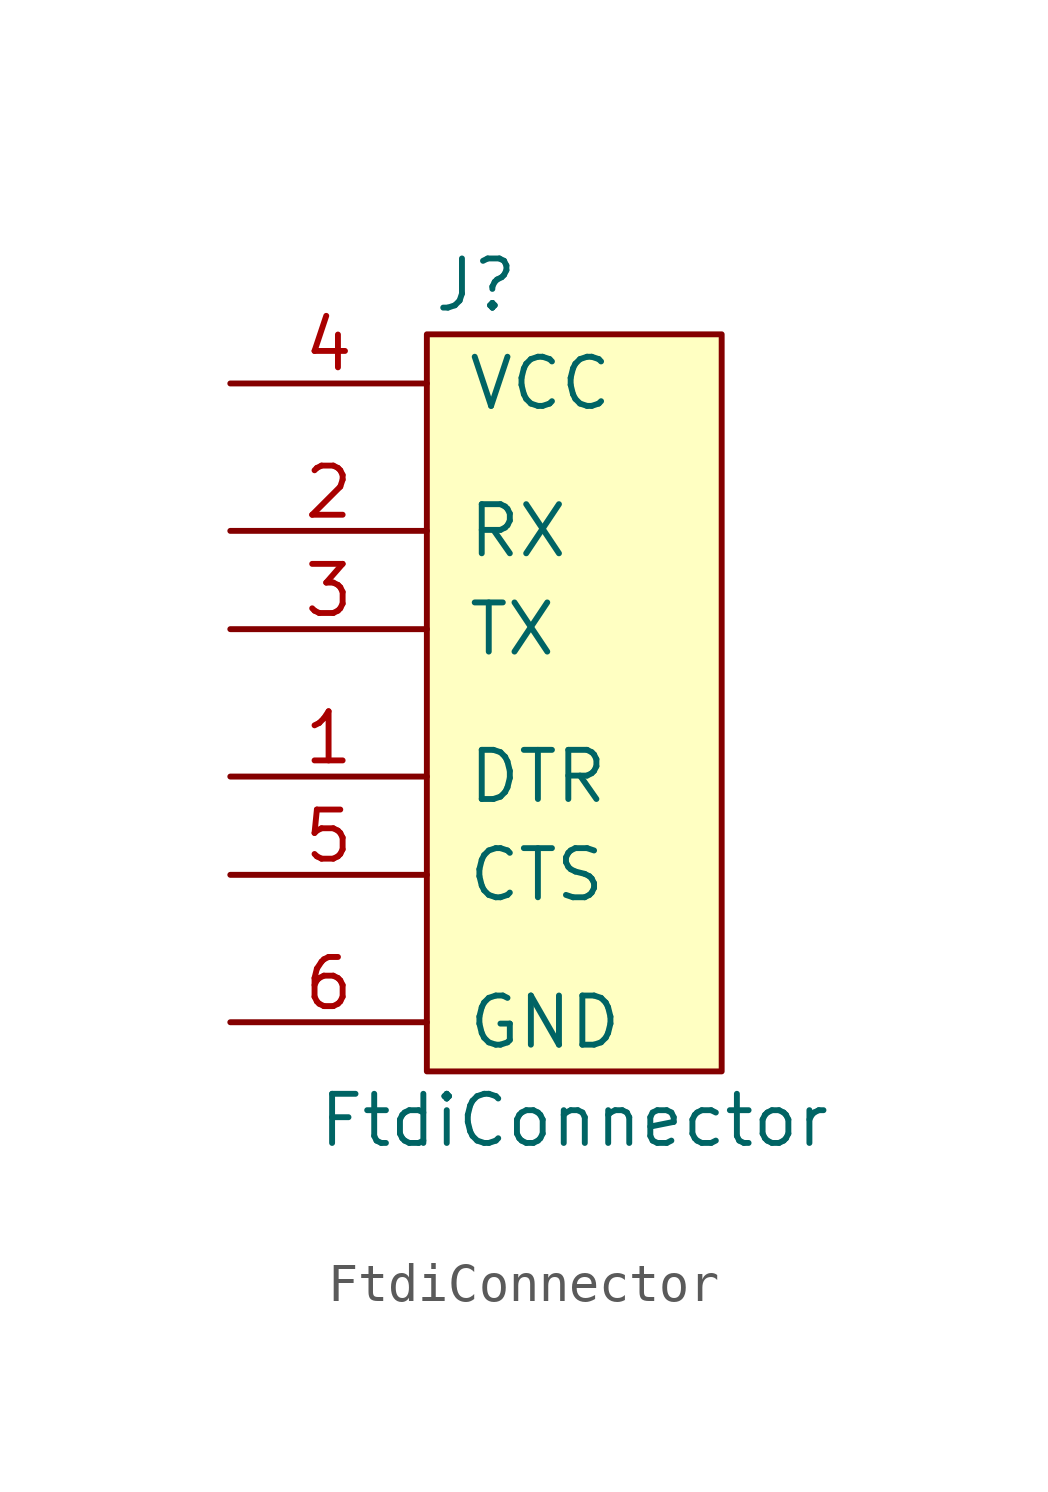
<source format=kicad_sym>
(kicad_symbol_lib
  (version 20220914)
  (generator kicad_symbol_editor)
  (symbol "FtdiConnector"
    (pin_names
      (offset 1.016))
    (property "Reference" "J"
      (at 6.35 11.43 0)
      (effects (font (size 1.27 1.27))))
    (property "Value" "FtdiConnector"
      (at 8.89 -10.16 0)
      (effects (font (size 1.27 1.27))))
    (symbol "FtdiConnector_0_1"
      (rectangle (start 5.08 10.16) (end 12.7 -8.89) (stroke (width 0) (type solid)) (fill (type background))))
    (symbol "FtdiConnector_1_1"
      (pin passive line (at 0 -1.27 0) (length 5.08) (name "DTR" (effects (font (size 1.27 1.27)))) (number "1" (effects (font (size 1.27 1.27)))))
      (pin bidirectional line (at 0 5.08 0) (length 5.08) (name "RX" (effects (font (size 1.27 1.27)))) (number "2" (effects (font (size 1.27 1.27)))))
      (pin bidirectional line (at 0 2.54 0) (length 5.08) (name "TX" (effects (font (size 1.27 1.27)))) (number "3" (effects (font (size 1.27 1.27)))))
      (pin power_in line (at 0 8.89 0) (length 5.08) (name "VCC" (effects (font (size 1.27 1.27)))) (number "4" (effects (font (size 1.27 1.27)))))
      (pin passive line (at 0 -3.81 0) (length 5.08) (name "CTS" (effects (font (size 1.27 1.27)))) (number "5" (effects (font (size 1.27 1.27)))))
      (pin power_in line (at 0 -7.62 0) (length 5.08) (name "GND" (effects (font (size 1.27 1.27)))) (number "6" (effects (font (size 1.27 1.27))))))))
</source>
